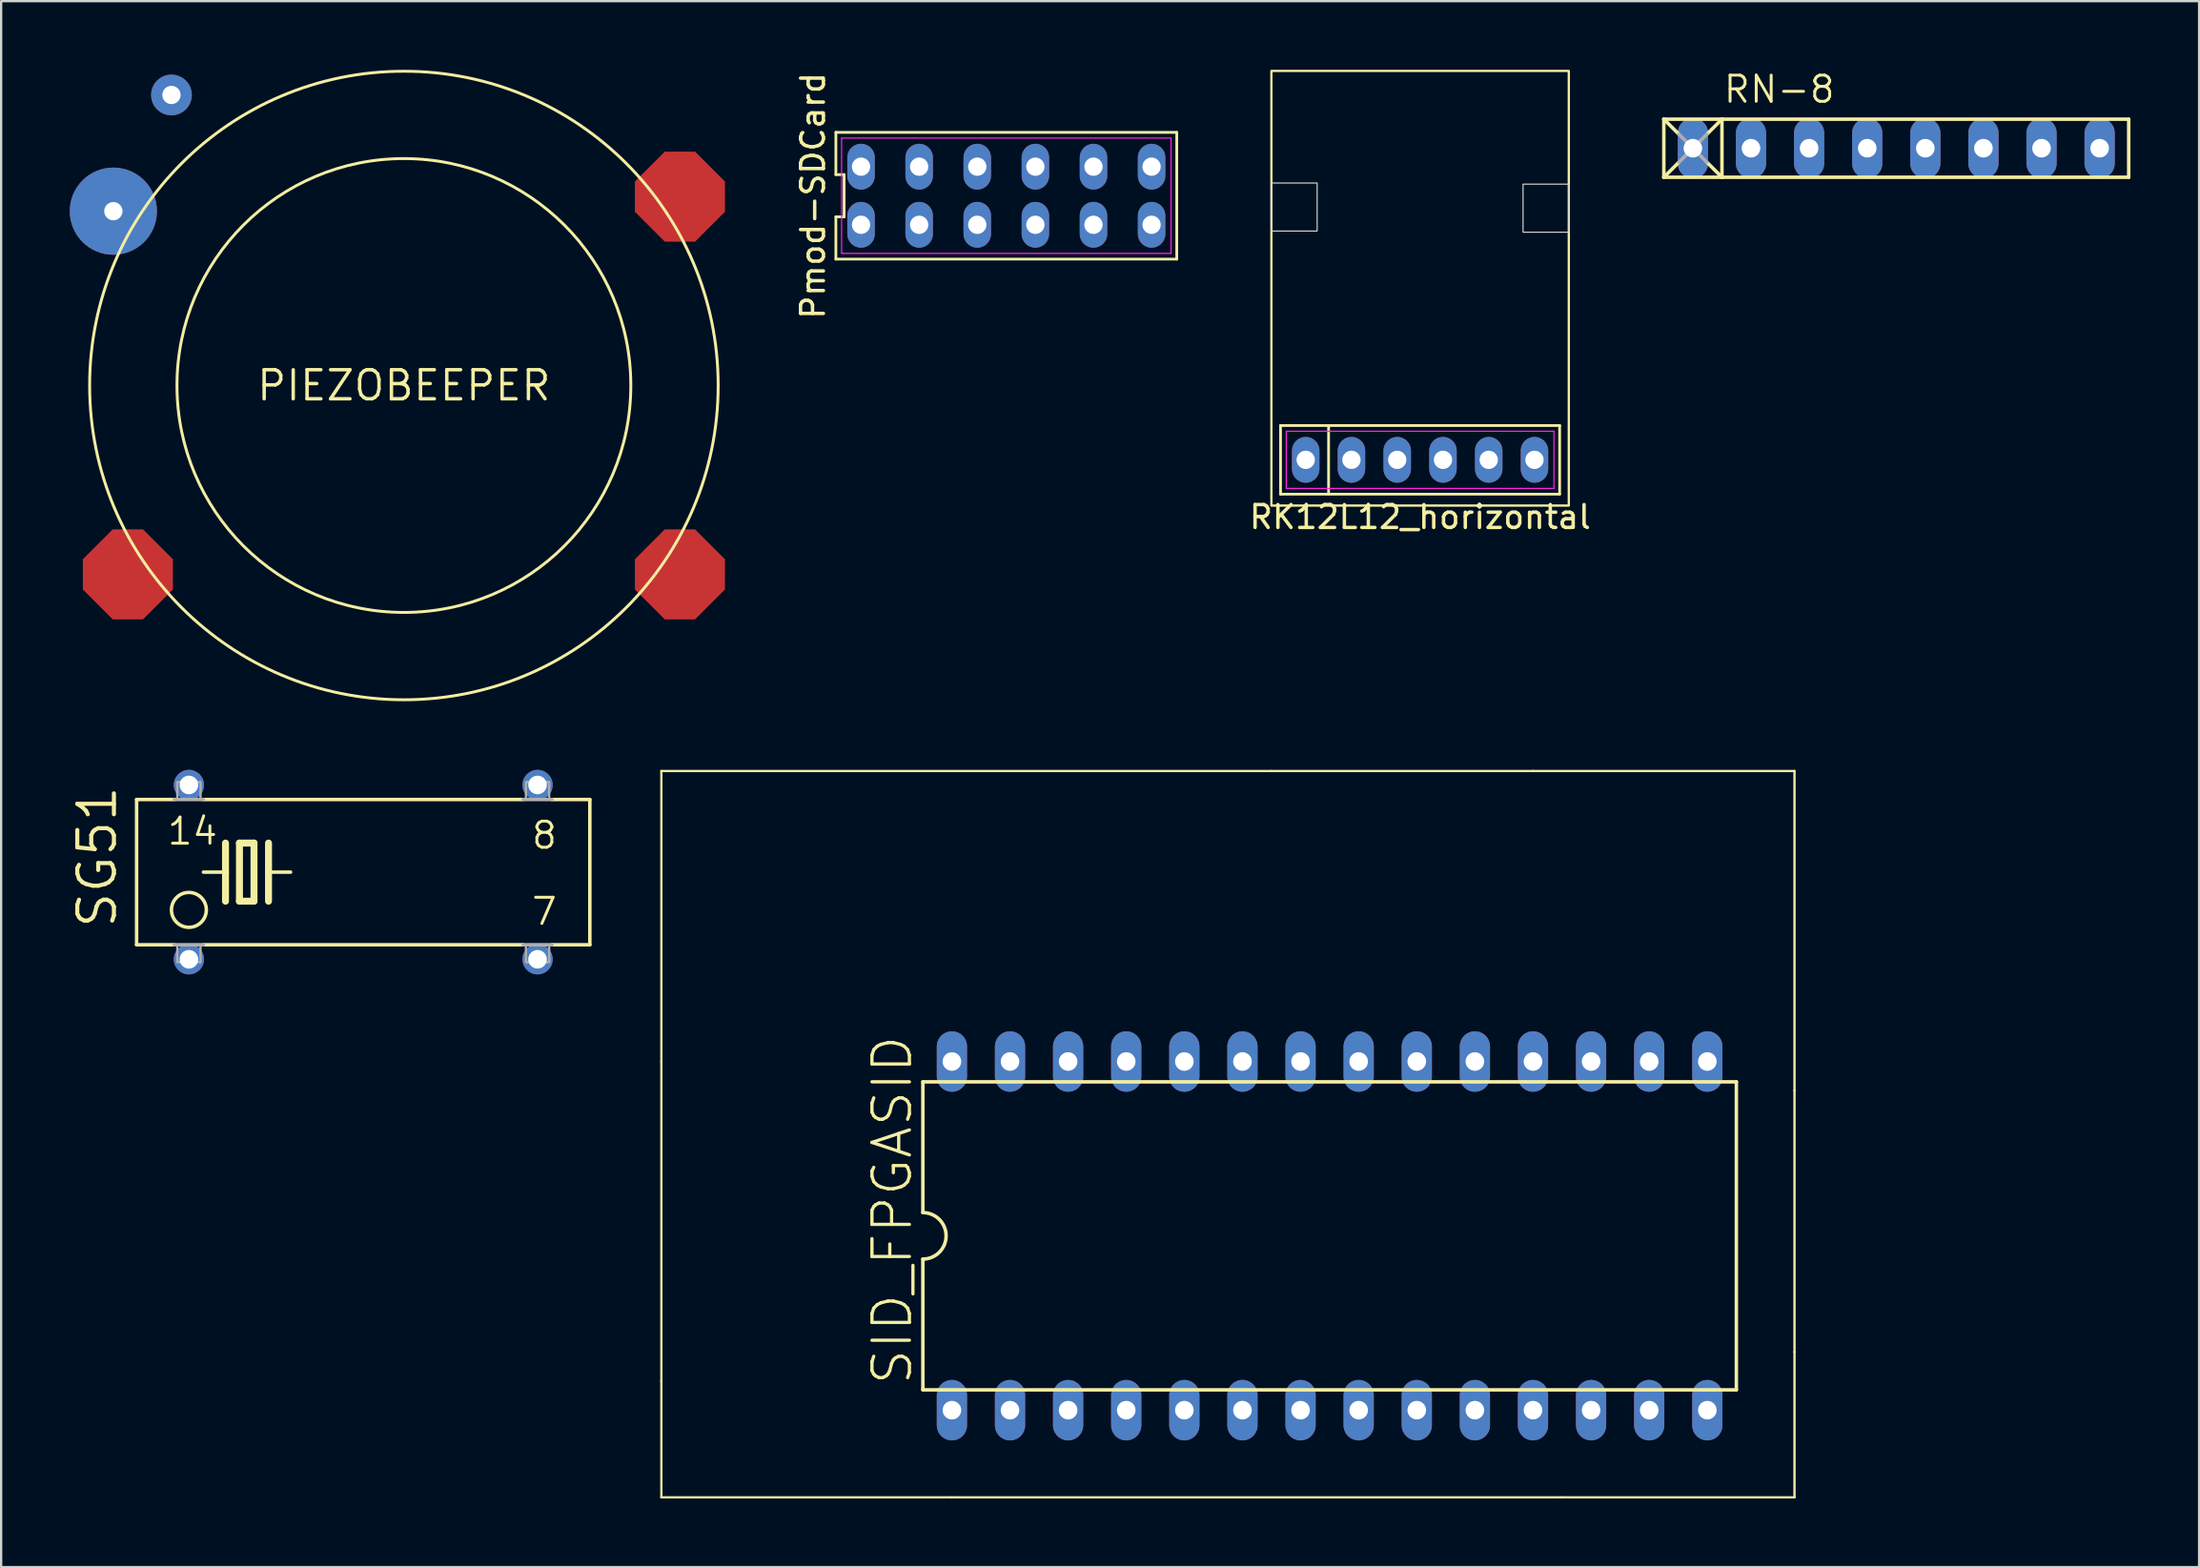
<source format=kicad_pcb>
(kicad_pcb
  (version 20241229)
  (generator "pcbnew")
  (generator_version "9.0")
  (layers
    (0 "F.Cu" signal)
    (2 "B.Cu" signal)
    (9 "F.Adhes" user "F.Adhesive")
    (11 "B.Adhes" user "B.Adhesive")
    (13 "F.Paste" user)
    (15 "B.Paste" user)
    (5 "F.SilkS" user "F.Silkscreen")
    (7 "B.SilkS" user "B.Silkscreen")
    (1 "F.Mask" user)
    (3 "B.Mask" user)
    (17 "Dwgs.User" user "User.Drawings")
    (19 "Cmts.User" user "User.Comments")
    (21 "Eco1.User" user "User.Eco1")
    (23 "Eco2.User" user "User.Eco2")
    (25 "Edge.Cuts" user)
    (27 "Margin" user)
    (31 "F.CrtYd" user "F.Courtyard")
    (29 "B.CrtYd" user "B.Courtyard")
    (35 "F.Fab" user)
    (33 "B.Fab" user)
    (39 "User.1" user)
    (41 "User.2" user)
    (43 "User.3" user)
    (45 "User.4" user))
  (footprint "PIEZOBEEPER"
    (layer "F.Cu")
    (at 14.605 13.801)
    (property "Reference" "PIEZOBEEPER" (at 0 0 0) (layer "F.SilkS") (effects (font (size 1.27 1.27) (thickness 0.15))))
    (fp_poly (pts (xy -10.097 7.594) (xy -10.097 8.916) (xy -11.404 10.223) (xy -12.726 10.223) (xy -14.034 8.916) (xy -14.034 7.594) (xy -12.726 6.287) (xy -11.404 6.287)) (stroke (width 0) (type default)) (fill yes) (layer "F.Cu"))
    (fp_poly (pts (xy 14.034 -8.916) (xy 14.034 -7.594) (xy 12.726 -6.287) (xy 11.404 -6.287) (xy 10.097 -7.594) (xy 10.097 -8.916) (xy 11.404 -10.223) (xy 12.726 -10.223)) (stroke (width 0) (type default)) (fill yes) (layer "F.Cu"))
    (fp_poly (pts (xy 14.034 7.594) (xy 14.034 8.916) (xy 12.726 10.223) (xy 11.404 10.223) (xy 10.097 8.916) (xy 10.097 7.594) (xy 11.404 6.287) (xy 12.726 6.287)) (stroke (width 0) (type default)) (fill yes) (layer "F.Cu"))
    (fp_circle (center 0 0) (end 9.919 0) (stroke (width 0.127) (type solid)) (fill no) (layer "F.SilkS"))
    (fp_circle (center 0 0) (end 13.737 0) (stroke (width 0.127) (type solid)) (fill no) (layer "F.SilkS"))
    (pad "1" thru_hole circle (at -10.16 -12.7) (size 1.778 1.778) (drill 0.8) (layers "*.Cu" "*.Mask"))
    (pad "2" thru_hole circle (at -12.7 -7.62) (size 3.81 3.81) (drill 0.8) (layers "*.Cu" "*.Mask")))
  (footprint "SG51"
    (layer "F.Cu")
    (at 12.827 35.072)
    (property "Reference" "SG51" (at -10.693 2.54 90) (layer "F.SilkS") (effects (font (size 1.6 1.6) (thickness 0.178)) (justify left bottom)))
    (fp_line (start -9.906 -3.175) (end -9.906 3.175) (stroke (width 0.152) (type solid)) (layer "F.SilkS"))
    (fp_line (start -9.906 -3.175) (end -8.255 -3.175) (stroke (width 0.152) (type solid)) (layer "F.SilkS"))
    (fp_line (start -9.906 3.175) (end -8.255 3.175) (stroke (width 0.152) (type solid)) (layer "F.SilkS"))
    (fp_line (start -6.985 -3.175) (end 6.985 -3.175) (stroke (width 0.152) (type solid)) (layer "F.SilkS"))
    (fp_line (start -6.985 3.175) (end 6.985 3.175) (stroke (width 0.152) (type solid)) (layer "F.SilkS"))
    (fp_line (start -6.02 -1.27) (end -6.02 0) (stroke (width 0.305) (type solid)) (layer "F.SilkS"))
    (fp_line (start -6.02 0) (end -6.985 0) (stroke (width 0.152) (type solid)) (layer "F.SilkS"))
    (fp_line (start -6.02 0) (end -6.02 1.27) (stroke (width 0.305) (type solid)) (layer "F.SilkS"))
    (fp_line (start -5.41 -1.27) (end -5.41 1.27) (stroke (width 0.305) (type solid)) (layer "F.SilkS"))
    (fp_line (start -5.41 1.27) (end -4.775 1.27) (stroke (width 0.305) (type solid)) (layer "F.SilkS"))
    (fp_line (start -4.775 -1.27) (end -5.41 -1.27) (stroke (width 0.305) (type solid)) (layer "F.SilkS"))
    (fp_line (start -4.775 1.27) (end -4.775 -1.27) (stroke (width 0.305) (type solid)) (layer "F.SilkS"))
    (fp_line (start -4.14 -1.27) (end -4.14 0) (stroke (width 0.305) (type solid)) (layer "F.SilkS"))
    (fp_line (start -4.14 0) (end -4.14 1.27) (stroke (width 0.305) (type solid)) (layer "F.SilkS"))
    (fp_line (start -4.14 0) (end -3.175 0) (stroke (width 0.152) (type solid)) (layer "F.SilkS"))
    (fp_line (start 9.906 -3.175) (end 8.255 -3.175) (stroke (width 0.152) (type solid)) (layer "F.SilkS"))
    (fp_line (start 9.906 3.175) (end 8.255 3.175) (stroke (width 0.152) (type solid)) (layer "F.SilkS"))
    (fp_line (start 9.906 3.175) (end 9.906 -3.175) (stroke (width 0.152) (type solid)) (layer "F.SilkS"))
    (fp_circle (center -7.62 1.651) (end -6.858 1.651) (stroke (width 0.152) (type solid)) (fill no) (layer "F.SilkS"))
    (fp_line (start -6.985 -3.175) (end -8.255 -3.175) (stroke (width 0.152) (type solid)) (layer "F.Fab"))
    (fp_line (start -6.985 3.175) (end -8.255 3.175) (stroke (width 0.152) (type solid)) (layer "F.Fab"))
    (fp_line (start 8.255 -3.175) (end 6.985 -3.175) (stroke (width 0.152) (type solid)) (layer "F.Fab"))
    (fp_line (start 8.255 3.175) (end 6.985 3.175) (stroke (width 0.152) (type solid)) (layer "F.Fab"))
    (fp_poly (pts (xy -8.128 -3.175) (xy -7.112 -3.175) (xy -7.112 -3.937) (xy -8.128 -3.937)) (stroke (width 0.1) (type default)) (fill no) (layer "F.Fab"))
    (fp_poly (pts (xy -8.128 3.937) (xy -7.112 3.937) (xy -7.112 3.175) (xy -8.128 3.175)) (stroke (width 0.1) (type default)) (fill no) (layer "F.Fab"))
    (fp_poly (pts (xy 7.112 -3.175) (xy 8.128 -3.175) (xy 8.128 -3.937) (xy 7.112 -3.937)) (stroke (width 0.1) (type default)) (fill no) (layer "F.Fab"))
    (fp_poly (pts (xy 7.112 3.937) (xy 8.128 3.937) (xy 8.128 3.175) (xy 7.112 3.175)) (stroke (width 0.1) (type default)) (fill no) (layer "F.Fab"))
    (fp_text user "7" (at 7.29 2.388 0) (layer "F.SilkS") (effects (font (size 1.143 1.143) (thickness 0.127)) (justify left bottom)))
    (fp_text user "14" (at -8.636 -1.118 0) (layer "F.SilkS") (effects (font (size 1.143 1.143) (thickness 0.127)) (justify left bottom)))
    (fp_text user "8" (at 7.29 -0.94 0) (layer "F.SilkS") (effects (font (size 1.143 1.143) (thickness 0.127)) (justify left bottom)))
    (pad "1" thru_hole circle (at -7.62 3.81) (size 1.321 1.321) (drill 0.813) (layers "*.Cu" "*.Mask"))
    (pad "7" thru_hole circle (at 7.62 3.81) (size 1.321 1.321) (drill 0.813) (layers "*.Cu" "*.Mask"))
    (pad "8" thru_hole circle (at 7.62 -3.81) (size 1.321 1.321) (drill 0.813) (layers "*.Cu" "*.Mask"))
    (pad "14" thru_hole circle (at -7.62 -3.81) (size 1.321 1.321) (drill 0.813) (layers "*.Cu" "*.Mask")))
  (footprint "RN-8"
    (layer "F.Cu")
    (at 79.838 3.429)
    (property "Reference" "RN-8" (at -7.62 -1.905 0) (layer "F.SilkS") (effects (font (size 1.143 1.143) (thickness 0.127)) (justify left bottom)))
    (fp_line (start -10.16 -1.27) (end -10.16 1.27) (stroke (width 0.152) (type solid)) (layer "F.SilkS"))
    (fp_line (start -10.16 -1.27) (end -9.525 -0.635) (stroke (width 0.152) (type solid)) (layer "F.SilkS"))
    (fp_line (start -10.16 1.27) (end -9.525 0.635) (stroke (width 0.152) (type solid)) (layer "F.SilkS"))
    (fp_line (start -10.16 1.27) (end -7.62 1.27) (stroke (width 0.152) (type solid)) (layer "F.SilkS"))
    (fp_line (start -7.62 -1.27) (end -10.16 -1.27) (stroke (width 0.152) (type solid)) (layer "F.SilkS"))
    (fp_line (start -7.62 -1.27) (end -8.255 -0.635) (stroke (width 0.152) (type solid)) (layer "F.SilkS"))
    (fp_line (start -7.62 -1.27) (end -7.62 1.27) (stroke (width 0.152) (type solid)) (layer "F.SilkS"))
    (fp_line (start -7.62 1.27) (end -8.255 0.635) (stroke (width 0.152) (type solid)) (layer "F.SilkS"))
    (fp_line (start -7.62 1.27) (end 10.16 1.27) (stroke (width 0.152) (type solid)) (layer "F.SilkS"))
    (fp_line (start 10.16 -1.27) (end -7.62 -1.27) (stroke (width 0.152) (type solid)) (layer "F.SilkS"))
    (fp_line (start 10.16 1.27) (end 10.16 -1.27) (stroke (width 0.152) (type solid)) (layer "F.SilkS"))
    (fp_line (start -9.5 -0.61) (end -8.28 0.61) (stroke (width 0.152) (type solid)) (layer "F.Fab"))
    (fp_line (start -9.5 0.61) (end -8.28 -0.61) (stroke (width 0.152) (type solid)) (layer "F.Fab"))
    (pad "1" thru_hole oval (at -8.89 0 90) (size 2.642 1.321) (drill 0.813) (layers "*.Cu" "*.Mask"))
    (pad "2" thru_hole oval (at -6.35 0 90) (size 2.642 1.321) (drill 0.813) (layers "*.Cu" "*.Mask"))
    (pad "3" thru_hole oval (at -3.81 0 90) (size 2.642 1.321) (drill 0.813) (layers "*.Cu" "*.Mask"))
    (pad "4" thru_hole oval (at -1.27 0 90) (size 2.642 1.321) (drill 0.813) (layers "*.Cu" "*.Mask"))
    (pad "5" thru_hole oval (at 1.27 0 90) (size 2.642 1.321) (drill 0.813) (layers "*.Cu" "*.Mask"))
    (pad "6" thru_hole oval (at 3.81 0 90) (size 2.642 1.321) (drill 0.813) (layers "*.Cu" "*.Mask"))
    (pad "7" thru_hole oval (at 6.35 0 90) (size 2.642 1.321) (drill 0.813) (layers "*.Cu" "*.Mask"))
    (pad "8" thru_hole oval (at 8.89 0 90) (size 2.642 1.321) (drill 0.813) (layers "*.Cu" "*.Mask")))
  (footprint "RK12L12_horizontal"
    (layer "F.Cu")
    (at 59.024 17.05)
    (property "Reference" "RK12L12_horizontal" (at 0 2.5 0) (unlocked yes) (layer "F.SilkS") (effects (font (size 1 1) (thickness 0.15))))
    (attr through_hole)
    (fp_line (start -6.1 -1.5) (end 6.1 -1.5) (stroke (width 0.12) (type default)) (layer "F.SilkS"))
    (fp_line (start -6.1 1.5) (end -6.1 -1.5) (stroke (width 0.12) (type default)) (layer "F.SilkS"))
    (fp_line (start -4 -1.5) (end -4 1.5) (stroke (width 0.12) (type default)) (layer "F.SilkS"))
    (fp_line (start 6.1 -1.5) (end 6.1 1.5) (stroke (width 0.12) (type default)) (layer "F.SilkS"))
    (fp_line (start 6.1 1.5) (end -6.1 1.5) (stroke (width 0.12) (type default)) (layer "F.SilkS"))
    (fp_rect (start -6.5 -17) (end 6.5 2) (stroke (width 0.1) (type default)) (fill no) (layer "F.SilkS"))
    (fp_rect (start -6.5 -12.1) (end -4.5 -10) (stroke (width 0.05) (type default)) (fill no) (layer "Edge.Cuts"))
    (fp_rect (start 4.5 -12.05) (end 6.5 -9.95) (stroke (width 0.05) (type default)) (fill no) (layer "Edge.Cuts"))
    (fp_line (start -5.85 -1.25) (end 5.85 -1.25) (stroke (width 0.05) (type default)) (layer "F.CrtYd"))
    (fp_line (start -5.85 1.25) (end -5.85 -1.25) (stroke (width 0.05) (type default)) (layer "F.CrtYd"))
    (fp_line (start 5.85 -1.25) (end 5.85 1.25) (stroke (width 0.05) (type default)) (layer "F.CrtYd"))
    (fp_line (start 5.85 1.25) (end -5.85 1.25) (stroke (width 0.05) (type default)) (layer "F.CrtYd"))
    (pad "1" thru_hole oval (at -1 0) (size 1.2 2) (drill 0.8) (layers "*.Cu" "*.Mask"))
    (pad "2" thru_hole oval (at 1 0) (size 1.2 2) (drill 0.8) (layers "*.Cu" "*.Mask"))
    (pad "3" thru_hole oval (at 3 0) (size 1.2 2) (drill 0.8) (layers "*.Cu" "*.Mask"))
    (pad "4" thru_hole oval (at -3 0) (size 1.2 2) (drill 0.8) (layers "*.Cu" "*.Mask"))
    (pad "5" thru_hole oval (at -5 0) (size 1.2 2) (drill 0.8) (layers "*.Cu" "*.Mask"))
    (pad "6" thru_hole oval (at 5 0) (size 1.2 2) (drill 0.8) (layers "*.Cu" "*.Mask")))
  (footprint "SID_FPGASID"
    (layer "F.Cu")
    (at 52.529 50.971)
    (property "Reference" "SID_FPGASID" (at -15.621 6.604 90) (layer "F.SilkS") (effects (font (size 1.636 1.636) (thickness 0.142)) (justify left bottom)))
    (fp_line (start -26.67 -20.32) (end -26.67 -7.62) (stroke (width 0.1) (type default)) (layer "F.SilkS"))
    (fp_line (start -26.67 -7.62) (end -26.67 6.35) (stroke (width 0.1) (type default)) (layer "F.SilkS"))
    (fp_line (start -26.67 6.35) (end -26.67 11.43) (stroke (width 0.1) (type default)) (layer "F.SilkS"))
    (fp_line (start -26.67 11.43) (end -13.97 11.43) (stroke (width 0.1) (type default)) (layer "F.SilkS"))
    (fp_line (start -15.24 -6.731) (end -15.24 -1.016) (stroke (width 0.152) (type solid)) (layer "F.SilkS"))
    (fp_line (start -15.24 6.731) (end -15.24 1.016) (stroke (width 0.152) (type solid)) (layer "F.SilkS"))
    (fp_line (start -15.24 6.731) (end 20.32 6.731) (stroke (width 0.152) (type solid)) (layer "F.SilkS"))
    (fp_line (start -13.97 11.43) (end 12.7 11.43) (stroke (width 0.1) (type default)) (layer "F.SilkS"))
    (fp_line (start 0 -20.32) (end -26.67 -20.32) (stroke (width 0.1) (type default)) (layer "F.SilkS"))
    (fp_line (start 0 -20.32) (end 11.43 -20.32) (stroke (width 0.1) (type default)) (layer "F.SilkS"))
    (fp_line (start 12.7 11.43) (end 22.86 11.43) (stroke (width 0.1) (type default)) (layer "F.SilkS"))
    (fp_line (start 20.32 -6.731) (end -15.24 -6.731) (stroke (width 0.152) (type solid)) (layer "F.SilkS"))
    (fp_line (start 20.32 -6.731) (end 20.32 6.731) (stroke (width 0.152) (type solid)) (layer "F.SilkS"))
    (fp_line (start 22.86 -20.32) (end 11.43 -20.32) (stroke (width 0.1) (type default)) (layer "F.SilkS"))
    (fp_line (start 22.86 -6.35) (end 22.86 -20.32) (stroke (width 0.1) (type default)) (layer "F.SilkS"))
    (fp_line (start 22.86 -6.35) (end 22.86 5.08) (stroke (width 0.1) (type default)) (layer "F.SilkS"))
    (fp_line (start 22.86 11.43) (end 22.86 5.08) (stroke (width 0.1) (type default)) (layer "F.SilkS"))
    (fp_arc (start -15.24 -1.016) (mid -14.224 0) (end -15.24 1.016) (stroke (width 0.1524) (type solid)) (layer "F.SilkS"))
    (pad "1" thru_hole oval (at -13.97 7.62 90) (size 2.642 1.321) (drill 0.813) (layers "*.Cu" "*.Mask"))
    (pad "2" thru_hole oval (at -11.43 7.62 90) (size 2.642 1.321) (drill 0.813) (layers "*.Cu" "*.Mask"))
    (pad "3" thru_hole oval (at -8.89 7.62 90) (size 2.642 1.321) (drill 0.813) (layers "*.Cu" "*.Mask"))
    (pad "4" thru_hole oval (at -6.35 7.62 90) (size 2.642 1.321) (drill 0.813) (layers "*.Cu" "*.Mask"))
    (pad "5" thru_hole oval (at -3.81 7.62 90) (size 2.642 1.321) (drill 0.813) (layers "*.Cu" "*.Mask"))
    (pad "6" thru_hole oval (at -1.27 7.62 90) (size 2.642 1.321) (drill 0.813) (layers "*.Cu" "*.Mask"))
    (pad "7" thru_hole oval (at 1.27 7.62 90) (size 2.642 1.321) (drill 0.813) (layers "*.Cu" "*.Mask"))
    (pad "8" thru_hole oval (at 3.81 7.62 90) (size 2.642 1.321) (drill 0.813) (layers "*.Cu" "*.Mask"))
    (pad "9" thru_hole oval (at 6.35 7.62 90) (size 2.642 1.321) (drill 0.813) (layers "*.Cu" "*.Mask"))
    (pad "10" thru_hole oval (at 8.89 7.62 90) (size 2.642 1.321) (drill 0.813) (layers "*.Cu" "*.Mask"))
    (pad "11" thru_hole oval (at 11.43 7.62 90) (size 2.642 1.321) (drill 0.813) (layers "*.Cu" "*.Mask"))
    (pad "12" thru_hole oval (at 13.97 7.62 90) (size 2.642 1.321) (drill 0.813) (layers "*.Cu" "*.Mask"))
    (pad "13" thru_hole oval (at 16.51 7.62 90) (size 2.642 1.321) (drill 0.813) (layers "*.Cu" "*.Mask"))
    (pad "14" thru_hole oval (at 19.05 7.62 90) (size 2.642 1.321) (drill 0.813) (layers "*.Cu" "*.Mask"))
    (pad "15" thru_hole oval (at 19.05 -7.62 90) (size 2.642 1.321) (drill 0.813) (layers "*.Cu" "*.Mask"))
    (pad "16" thru_hole oval (at 16.51 -7.62 90) (size 2.642 1.321) (drill 0.813) (layers "*.Cu" "*.Mask"))
    (pad "17" thru_hole oval (at 13.97 -7.62 90) (size 2.642 1.321) (drill 0.813) (layers "*.Cu" "*.Mask"))
    (pad "18" thru_hole oval (at 11.43 -7.62 90) (size 2.642 1.321) (drill 0.813) (layers "*.Cu" "*.Mask"))
    (pad "19" thru_hole oval (at 8.89 -7.62 90) (size 2.642 1.321) (drill 0.813) (layers "*.Cu" "*.Mask"))
    (pad "20" thru_hole oval (at 6.35 -7.62 90) (size 2.642 1.321) (drill 0.813) (layers "*.Cu" "*.Mask"))
    (pad "21" thru_hole oval (at 3.81 -7.62 90) (size 2.642 1.321) (drill 0.813) (layers "*.Cu" "*.Mask"))
    (pad "22" thru_hole oval (at 1.27 -7.62 90) (size 2.642 1.321) (drill 0.813) (layers "*.Cu" "*.Mask"))
    (pad "23" thru_hole oval (at -1.27 -7.62 90) (size 2.642 1.321) (drill 0.813) (layers "*.Cu" "*.Mask"))
    (pad "24" thru_hole oval (at -3.81 -7.62 90) (size 2.642 1.321) (drill 0.813) (layers "*.Cu" "*.Mask"))
    (pad "25" thru_hole oval (at -6.35 -7.62 90) (size 2.642 1.321) (drill 0.813) (layers "*.Cu" "*.Mask"))
    (pad "26" thru_hole oval (at -8.89 -7.62 90) (size 2.642 1.321) (drill 0.813) (layers "*.Cu" "*.Mask"))
    (pad "27" thru_hole oval (at -11.43 -7.62 90) (size 2.642 1.321) (drill 0.813) (layers "*.Cu" "*.Mask"))
    (pad "28" thru_hole oval (at -13.97 -7.62 90) (size 2.642 1.321) (drill 0.813) (layers "*.Cu" "*.Mask")))
  (footprint "Pmod-SDCard"
    (layer "F.Cu")
    (at 40.937 5.506)
    (property "Reference" "Pmod-SDCard" (at -8.45 0 90) (unlocked yes) (layer "F.SilkS") (effects (font (size 1 1) (thickness 0.15))))
    (attr through_hole)
    (fp_line (start -7.45 -2.77) (end -7.45 -0.923) (stroke (width 0.12) (type default)) (layer "F.SilkS"))
    (fp_line (start -7.45 -0.923) (end -7.09 -0.923) (stroke (width 0.12) (type default)) (layer "F.SilkS"))
    (fp_line (start -7.45 0.923) (end -7.45 2.77) (stroke (width 0.12) (type default)) (layer "F.SilkS"))
    (fp_line (start -7.45 2.77) (end 7.45 2.77) (stroke (width 0.12) (type default)) (layer "F.SilkS"))
    (fp_line (start -7.09 -0.923) (end -7.09 0.923) (stroke (width 0.12) (type default)) (layer "F.SilkS"))
    (fp_line (start -7.09 0.923) (end -7.45 0.923) (stroke (width 0.12) (type default)) (layer "F.SilkS"))
    (fp_line (start 7.45 -2.77) (end -7.45 -2.77) (stroke (width 0.12) (type default)) (layer "F.SilkS"))
    (fp_line (start 7.45 2.77) (end 7.45 -2.77) (stroke (width 0.12) (type default)) (layer "F.SilkS"))
    (fp_line (start -7.2 -2.52) (end 7.2 -2.52) (stroke (width 0.05) (type default)) (layer "F.CrtYd"))
    (fp_line (start -7.2 2.52) (end -7.2 -2.52) (stroke (width 0.05) (type default)) (layer "F.CrtYd"))
    (fp_line (start 7.2 -2.52) (end 7.2 2.52) (stroke (width 0.05) (type default)) (layer "F.CrtYd"))
    (fp_line (start 7.2 2.52) (end -7.2 2.52) (stroke (width 0.05) (type default)) (layer "F.CrtYd"))
    (pad "1" thru_hole oval (at -6.35 1.27) (size 1.2 2) (drill 0.8) (layers "*.Cu" "*.Mask"))
    (pad "2" thru_hole oval (at -3.81 1.27) (size 1.2 2) (drill 0.8) (layers "*.Cu" "*.Mask"))
    (pad "3" thru_hole oval (at -1.27 1.27) (size 1.2 2) (drill 0.8) (layers "*.Cu" "*.Mask"))
    (pad "4" thru_hole oval (at 1.27 1.27) (size 1.2 2) (drill 0.8) (layers "*.Cu" "*.Mask"))
    (pad "5" thru_hole oval (at 3.81 1.27) (size 1.2 2) (drill 0.8) (layers "*.Cu" "*.Mask"))
    (pad "6" thru_hole oval (at 6.35 1.27) (size 1.2 2) (drill 0.8) (layers "*.Cu" "*.Mask"))
    (pad "7" thru_hole oval (at -6.35 -1.27) (size 1.2 2) (drill 0.8) (layers "*.Cu" "*.Mask"))
    (pad "8" thru_hole oval (at -3.81 -1.27) (size 1.2 2) (drill 0.8) (layers "*.Cu" "*.Mask"))
    (pad "9" thru_hole oval (at -1.27 -1.27) (size 1.2 2) (drill 0.8) (layers "*.Cu" "*.Mask"))
    (pad "10" thru_hole oval (at 1.27 -1.27) (size 1.2 2) (drill 0.8) (layers "*.Cu" "*.Mask"))
    (pad "11" thru_hole oval (at 3.81 -1.27) (size 1.2 2) (drill 0.8) (layers "*.Cu" "*.Mask"))
    (pad "12" thru_hole oval (at 6.35 -1.27) (size 1.2 2) (drill 0.8) (layers "*.Cu" "*.Mask")))
  (gr_rect
    (start -3 -3)
    (end 93.074 65.451)
    (stroke (width 0.1) (type default))
    (fill no)
    (layer "Edge.Cuts")))
</source>
